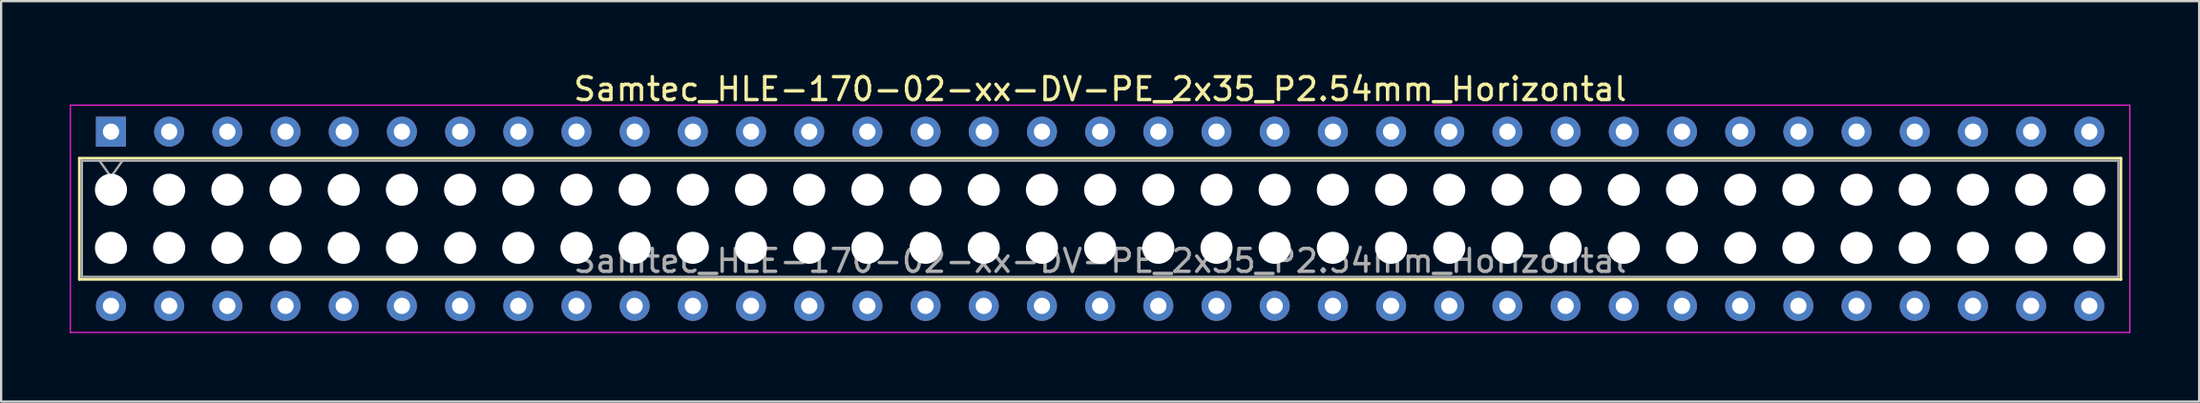
<source format=kicad_pcb>
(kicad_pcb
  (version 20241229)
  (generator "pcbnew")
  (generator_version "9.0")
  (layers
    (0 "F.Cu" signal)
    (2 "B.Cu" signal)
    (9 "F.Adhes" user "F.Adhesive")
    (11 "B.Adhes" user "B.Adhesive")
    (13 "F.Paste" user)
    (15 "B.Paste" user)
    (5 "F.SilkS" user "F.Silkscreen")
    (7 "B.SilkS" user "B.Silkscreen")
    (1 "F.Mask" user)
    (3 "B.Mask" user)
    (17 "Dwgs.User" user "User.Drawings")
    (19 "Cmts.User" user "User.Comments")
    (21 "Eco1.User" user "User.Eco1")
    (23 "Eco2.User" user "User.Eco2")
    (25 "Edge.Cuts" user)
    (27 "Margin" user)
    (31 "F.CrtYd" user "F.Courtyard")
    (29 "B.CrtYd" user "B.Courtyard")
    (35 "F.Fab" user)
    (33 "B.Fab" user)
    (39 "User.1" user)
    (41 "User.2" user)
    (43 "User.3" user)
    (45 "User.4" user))
  (footprint "Samtec_HLE-170-02-xx-DV-PE_2x35_P2.54mm_Horizontal"
    (layer "F.Cu")
    (at 1.795 2.708)
    (property "Reference" "Samtec_HLE-170-02-xx-DV-PE_2x35_P2.54mm_Horizontal" (at 43.18 -1.86 0) (layer "F.SilkS") (effects (font (size 1 1) (thickness 0.15))))
    (attr through_hole)
    (fp_line (start -1.38 1.16) (end 87.74 1.16) (stroke (width 0.12) (type solid)) (layer "F.SilkS"))
    (fp_line (start -1.38 6.46) (end -1.38 1.16) (stroke (width 0.12) (type solid)) (layer "F.SilkS"))
    (fp_line (start 87.74 1.16) (end 87.74 6.46) (stroke (width 0.12) (type solid)) (layer "F.SilkS"))
    (fp_line (start 87.74 6.46) (end -1.38 6.46) (stroke (width 0.12) (type solid)) (layer "F.SilkS"))
    (fp_line (start -1.77 -1.16) (end 88.13 -1.16) (stroke (width 0.05) (type solid)) (layer "F.CrtYd"))
    (fp_line (start -1.77 8.78) (end -1.77 -1.16) (stroke (width 0.05) (type solid)) (layer "F.CrtYd"))
    (fp_line (start 88.13 -1.16) (end 88.13 8.78) (stroke (width 0.05) (type solid)) (layer "F.CrtYd"))
    (fp_line (start 88.13 8.78) (end -1.77 8.78) (stroke (width 0.05) (type solid)) (layer "F.CrtYd"))
    (fp_line (start -1.27 1.27) (end 87.63 1.27) (stroke (width 0.1) (type solid)) (layer "F.Fab"))
    (fp_line (start -1.27 6.35) (end -1.27 1.27) (stroke (width 0.1) (type solid)) (layer "F.Fab"))
    (fp_line (start -0.5 1.27) (end 0 1.977) (stroke (width 0.1) (type solid)) (layer "F.Fab"))
    (fp_line (start 0 1.977) (end 0.5 1.27) (stroke (width 0.1) (type solid)) (layer "F.Fab"))
    (fp_line (start 87.63 1.27) (end 87.63 6.35) (stroke (width 0.1) (type solid)) (layer "F.Fab"))
    (fp_line (start 87.63 6.35) (end -1.27 6.35) (stroke (width 0.1) (type solid)) (layer "F.Fab"))
    (fp_text user "${REFERENCE}" (at 43.18 5.65 0) (layer "F.Fab") (effects (font (size 1 1) (thickness 0.15))))
    (pad "" np_thru_hole circle (at 0 2.54) (size 1.4 1.4) (drill 1.4) (layers "*.Cu" "*.Mask"))
    (pad "" np_thru_hole circle (at 0 5.08) (size 1.4 1.4) (drill 1.4) (layers "*.Cu" "*.Mask"))
    (pad "" np_thru_hole circle (at 2.54 2.54) (size 1.4 1.4) (drill 1.4) (layers "*.Cu" "*.Mask"))
    (pad "" np_thru_hole circle (at 2.54 5.08) (size 1.4 1.4) (drill 1.4) (layers "*.Cu" "*.Mask"))
    (pad "" np_thru_hole circle (at 5.08 2.54) (size 1.4 1.4) (drill 1.4) (layers "*.Cu" "*.Mask"))
    (pad "" np_thru_hole circle (at 5.08 5.08) (size 1.4 1.4) (drill 1.4) (layers "*.Cu" "*.Mask"))
    (pad "" np_thru_hole circle (at 7.62 2.54) (size 1.4 1.4) (drill 1.4) (layers "*.Cu" "*.Mask"))
    (pad "" np_thru_hole circle (at 7.62 5.08) (size 1.4 1.4) (drill 1.4) (layers "*.Cu" "*.Mask"))
    (pad "" np_thru_hole circle (at 10.16 2.54) (size 1.4 1.4) (drill 1.4) (layers "*.Cu" "*.Mask"))
    (pad "" np_thru_hole circle (at 10.16 5.08) (size 1.4 1.4) (drill 1.4) (layers "*.Cu" "*.Mask"))
    (pad "" np_thru_hole circle (at 12.7 2.54) (size 1.4 1.4) (drill 1.4) (layers "*.Cu" "*.Mask"))
    (pad "" np_thru_hole circle (at 12.7 5.08) (size 1.4 1.4) (drill 1.4) (layers "*.Cu" "*.Mask"))
    (pad "" np_thru_hole circle (at 15.24 2.54) (size 1.4 1.4) (drill 1.4) (layers "*.Cu" "*.Mask"))
    (pad "" np_thru_hole circle (at 15.24 5.08) (size 1.4 1.4) (drill 1.4) (layers "*.Cu" "*.Mask"))
    (pad "" np_thru_hole circle (at 17.78 2.54) (size 1.4 1.4) (drill 1.4) (layers "*.Cu" "*.Mask"))
    (pad "" np_thru_hole circle (at 17.78 5.08) (size 1.4 1.4) (drill 1.4) (layers "*.Cu" "*.Mask"))
    (pad "" np_thru_hole circle (at 20.32 2.54) (size 1.4 1.4) (drill 1.4) (layers "*.Cu" "*.Mask"))
    (pad "" np_thru_hole circle (at 20.32 5.08) (size 1.4 1.4) (drill 1.4) (layers "*.Cu" "*.Mask"))
    (pad "" np_thru_hole circle (at 22.86 2.54) (size 1.4 1.4) (drill 1.4) (layers "*.Cu" "*.Mask"))
    (pad "" np_thru_hole circle (at 22.86 5.08) (size 1.4 1.4) (drill 1.4) (layers "*.Cu" "*.Mask"))
    (pad "" np_thru_hole circle (at 25.4 2.54) (size 1.4 1.4) (drill 1.4) (layers "*.Cu" "*.Mask"))
    (pad "" np_thru_hole circle (at 25.4 5.08) (size 1.4 1.4) (drill 1.4) (layers "*.Cu" "*.Mask"))
    (pad "" np_thru_hole circle (at 27.94 2.54) (size 1.4 1.4) (drill 1.4) (layers "*.Cu" "*.Mask"))
    (pad "" np_thru_hole circle (at 27.94 5.08) (size 1.4 1.4) (drill 1.4) (layers "*.Cu" "*.Mask"))
    (pad "" np_thru_hole circle (at 30.48 2.54) (size 1.4 1.4) (drill 1.4) (layers "*.Cu" "*.Mask"))
    (pad "" np_thru_hole circle (at 30.48 5.08) (size 1.4 1.4) (drill 1.4) (layers "*.Cu" "*.Mask"))
    (pad "" np_thru_hole circle (at 33.02 2.54) (size 1.4 1.4) (drill 1.4) (layers "*.Cu" "*.Mask"))
    (pad "" np_thru_hole circle (at 33.02 5.08) (size 1.4 1.4) (drill 1.4) (layers "*.Cu" "*.Mask"))
    (pad "" np_thru_hole circle (at 35.56 2.54) (size 1.4 1.4) (drill 1.4) (layers "*.Cu" "*.Mask"))
    (pad "" np_thru_hole circle (at 35.56 5.08) (size 1.4 1.4) (drill 1.4) (layers "*.Cu" "*.Mask"))
    (pad "" np_thru_hole circle (at 38.1 2.54) (size 1.4 1.4) (drill 1.4) (layers "*.Cu" "*.Mask"))
    (pad "" np_thru_hole circle (at 38.1 5.08) (size 1.4 1.4) (drill 1.4) (layers "*.Cu" "*.Mask"))
    (pad "" np_thru_hole circle (at 40.64 2.54) (size 1.4 1.4) (drill 1.4) (layers "*.Cu" "*.Mask"))
    (pad "" np_thru_hole circle (at 40.64 5.08) (size 1.4 1.4) (drill 1.4) (layers "*.Cu" "*.Mask"))
    (pad "" np_thru_hole circle (at 43.18 2.54) (size 1.4 1.4) (drill 1.4) (layers "*.Cu" "*.Mask"))
    (pad "" np_thru_hole circle (at 43.18 5.08) (size 1.4 1.4) (drill 1.4) (layers "*.Cu" "*.Mask"))
    (pad "" np_thru_hole circle (at 45.72 2.54) (size 1.4 1.4) (drill 1.4) (layers "*.Cu" "*.Mask"))
    (pad "" np_thru_hole circle (at 45.72 5.08) (size 1.4 1.4) (drill 1.4) (layers "*.Cu" "*.Mask"))
    (pad "" np_thru_hole circle (at 48.26 2.54) (size 1.4 1.4) (drill 1.4) (layers "*.Cu" "*.Mask"))
    (pad "" np_thru_hole circle (at 48.26 5.08) (size 1.4 1.4) (drill 1.4) (layers "*.Cu" "*.Mask"))
    (pad "" np_thru_hole circle (at 50.8 2.54) (size 1.4 1.4) (drill 1.4) (layers "*.Cu" "*.Mask"))
    (pad "" np_thru_hole circle (at 50.8 5.08) (size 1.4 1.4) (drill 1.4) (layers "*.Cu" "*.Mask"))
    (pad "" np_thru_hole circle (at 53.34 2.54) (size 1.4 1.4) (drill 1.4) (layers "*.Cu" "*.Mask"))
    (pad "" np_thru_hole circle (at 53.34 5.08) (size 1.4 1.4) (drill 1.4) (layers "*.Cu" "*.Mask"))
    (pad "" np_thru_hole circle (at 55.88 2.54) (size 1.4 1.4) (drill 1.4) (layers "*.Cu" "*.Mask"))
    (pad "" np_thru_hole circle (at 55.88 5.08) (size 1.4 1.4) (drill 1.4) (layers "*.Cu" "*.Mask"))
    (pad "" np_thru_hole circle (at 58.42 2.54) (size 1.4 1.4) (drill 1.4) (layers "*.Cu" "*.Mask"))
    (pad "" np_thru_hole circle (at 58.42 5.08) (size 1.4 1.4) (drill 1.4) (layers "*.Cu" "*.Mask"))
    (pad "" np_thru_hole circle (at 60.96 2.54) (size 1.4 1.4) (drill 1.4) (layers "*.Cu" "*.Mask"))
    (pad "" np_thru_hole circle (at 60.96 5.08) (size 1.4 1.4) (drill 1.4) (layers "*.Cu" "*.Mask"))
    (pad "" np_thru_hole circle (at 63.5 2.54) (size 1.4 1.4) (drill 1.4) (layers "*.Cu" "*.Mask"))
    (pad "" np_thru_hole circle (at 63.5 5.08) (size 1.4 1.4) (drill 1.4) (layers "*.Cu" "*.Mask"))
    (pad "" np_thru_hole circle (at 66.04 2.54) (size 1.4 1.4) (drill 1.4) (layers "*.Cu" "*.Mask"))
    (pad "" np_thru_hole circle (at 66.04 5.08) (size 1.4 1.4) (drill 1.4) (layers "*.Cu" "*.Mask"))
    (pad "" np_thru_hole circle (at 68.58 2.54) (size 1.4 1.4) (drill 1.4) (layers "*.Cu" "*.Mask"))
    (pad "" np_thru_hole circle (at 68.58 5.08) (size 1.4 1.4) (drill 1.4) (layers "*.Cu" "*.Mask"))
    (pad "" np_thru_hole circle (at 71.12 2.54) (size 1.4 1.4) (drill 1.4) (layers "*.Cu" "*.Mask"))
    (pad "" np_thru_hole circle (at 71.12 5.08) (size 1.4 1.4) (drill 1.4) (layers "*.Cu" "*.Mask"))
    (pad "" np_thru_hole circle (at 73.66 2.54) (size 1.4 1.4) (drill 1.4) (layers "*.Cu" "*.Mask"))
    (pad "" np_thru_hole circle (at 73.66 5.08) (size 1.4 1.4) (drill 1.4) (layers "*.Cu" "*.Mask"))
    (pad "" np_thru_hole circle (at 76.2 2.54) (size 1.4 1.4) (drill 1.4) (layers "*.Cu" "*.Mask"))
    (pad "" np_thru_hole circle (at 76.2 5.08) (size 1.4 1.4) (drill 1.4) (layers "*.Cu" "*.Mask"))
    (pad "" np_thru_hole circle (at 78.74 2.54) (size 1.4 1.4) (drill 1.4) (layers "*.Cu" "*.Mask"))
    (pad "" np_thru_hole circle (at 78.74 5.08) (size 1.4 1.4) (drill 1.4) (layers "*.Cu" "*.Mask"))
    (pad "" np_thru_hole circle (at 81.28 2.54) (size 1.4 1.4) (drill 1.4) (layers "*.Cu" "*.Mask"))
    (pad "" np_thru_hole circle (at 81.28 5.08) (size 1.4 1.4) (drill 1.4) (layers "*.Cu" "*.Mask"))
    (pad "" np_thru_hole circle (at 83.82 2.54) (size 1.4 1.4) (drill 1.4) (layers "*.Cu" "*.Mask"))
    (pad "" np_thru_hole circle (at 83.82 5.08) (size 1.4 1.4) (drill 1.4) (layers "*.Cu" "*.Mask"))
    (pad "" np_thru_hole circle (at 86.36 2.54) (size 1.4 1.4) (drill 1.4) (layers "*.Cu" "*.Mask"))
    (pad "" np_thru_hole circle (at 86.36 5.08) (size 1.4 1.4) (drill 1.4) (layers "*.Cu" "*.Mask"))
    (pad "1" thru_hole rect (at 0 0) (size 1.31 1.31) (drill 0.71) (layers "*.Cu" "*.Mask"))
    (pad "2" thru_hole circle (at 0 7.62) (size 1.31 1.31) (drill 0.71) (layers "*.Cu" "*.Mask"))
    (pad "3" thru_hole circle (at 2.54 0) (size 1.31 1.31) (drill 0.71) (layers "*.Cu" "*.Mask"))
    (pad "4" thru_hole circle (at 2.54 7.62) (size 1.31 1.31) (drill 0.71) (layers "*.Cu" "*.Mask"))
    (pad "5" thru_hole circle (at 5.08 0) (size 1.31 1.31) (drill 0.71) (layers "*.Cu" "*.Mask"))
    (pad "6" thru_hole circle (at 5.08 7.62) (size 1.31 1.31) (drill 0.71) (layers "*.Cu" "*.Mask"))
    (pad "7" thru_hole circle (at 7.62 0) (size 1.31 1.31) (drill 0.71) (layers "*.Cu" "*.Mask"))
    (pad "8" thru_hole circle (at 7.62 7.62) (size 1.31 1.31) (drill 0.71) (layers "*.Cu" "*.Mask"))
    (pad "9" thru_hole circle (at 10.16 0) (size 1.31 1.31) (drill 0.71) (layers "*.Cu" "*.Mask"))
    (pad "10" thru_hole circle (at 10.16 7.62) (size 1.31 1.31) (drill 0.71) (layers "*.Cu" "*.Mask"))
    (pad "11" thru_hole circle (at 12.7 0) (size 1.31 1.31) (drill 0.71) (layers "*.Cu" "*.Mask"))
    (pad "12" thru_hole circle (at 12.7 7.62) (size 1.31 1.31) (drill 0.71) (layers "*.Cu" "*.Mask"))
    (pad "13" thru_hole circle (at 15.24 0) (size 1.31 1.31) (drill 0.71) (layers "*.Cu" "*.Mask"))
    (pad "14" thru_hole circle (at 15.24 7.62) (size 1.31 1.31) (drill 0.71) (layers "*.Cu" "*.Mask"))
    (pad "15" thru_hole circle (at 17.78 0) (size 1.31 1.31) (drill 0.71) (layers "*.Cu" "*.Mask"))
    (pad "16" thru_hole circle (at 17.78 7.62) (size 1.31 1.31) (drill 0.71) (layers "*.Cu" "*.Mask"))
    (pad "17" thru_hole circle (at 20.32 0) (size 1.31 1.31) (drill 0.71) (layers "*.Cu" "*.Mask"))
    (pad "18" thru_hole circle (at 20.32 7.62) (size 1.31 1.31) (drill 0.71) (layers "*.Cu" "*.Mask"))
    (pad "19" thru_hole circle (at 22.86 0) (size 1.31 1.31) (drill 0.71) (layers "*.Cu" "*.Mask"))
    (pad "20" thru_hole circle (at 22.86 7.62) (size 1.31 1.31) (drill 0.71) (layers "*.Cu" "*.Mask"))
    (pad "21" thru_hole circle (at 25.4 0) (size 1.31 1.31) (drill 0.71) (layers "*.Cu" "*.Mask"))
    (pad "22" thru_hole circle (at 25.4 7.62) (size 1.31 1.31) (drill 0.71) (layers "*.Cu" "*.Mask"))
    (pad "23" thru_hole circle (at 27.94 0) (size 1.31 1.31) (drill 0.71) (layers "*.Cu" "*.Mask"))
    (pad "24" thru_hole circle (at 27.94 7.62) (size 1.31 1.31) (drill 0.71) (layers "*.Cu" "*.Mask"))
    (pad "25" thru_hole circle (at 30.48 0) (size 1.31 1.31) (drill 0.71) (layers "*.Cu" "*.Mask"))
    (pad "26" thru_hole circle (at 30.48 7.62) (size 1.31 1.31) (drill 0.71) (layers "*.Cu" "*.Mask"))
    (pad "27" thru_hole circle (at 33.02 0) (size 1.31 1.31) (drill 0.71) (layers "*.Cu" "*.Mask"))
    (pad "28" thru_hole circle (at 33.02 7.62) (size 1.31 1.31) (drill 0.71) (layers "*.Cu" "*.Mask"))
    (pad "29" thru_hole circle (at 35.56 0) (size 1.31 1.31) (drill 0.71) (layers "*.Cu" "*.Mask"))
    (pad "30" thru_hole circle (at 35.56 7.62) (size 1.31 1.31) (drill 0.71) (layers "*.Cu" "*.Mask"))
    (pad "31" thru_hole circle (at 38.1 0) (size 1.31 1.31) (drill 0.71) (layers "*.Cu" "*.Mask"))
    (pad "32" thru_hole circle (at 38.1 7.62) (size 1.31 1.31) (drill 0.71) (layers "*.Cu" "*.Mask"))
    (pad "33" thru_hole circle (at 40.64 0) (size 1.31 1.31) (drill 0.71) (layers "*.Cu" "*.Mask"))
    (pad "34" thru_hole circle (at 40.64 7.62) (size 1.31 1.31) (drill 0.71) (layers "*.Cu" "*.Mask"))
    (pad "35" thru_hole circle (at 43.18 0) (size 1.31 1.31) (drill 0.71) (layers "*.Cu" "*.Mask"))
    (pad "36" thru_hole circle (at 43.18 7.62) (size 1.31 1.31) (drill 0.71) (layers "*.Cu" "*.Mask"))
    (pad "37" thru_hole circle (at 45.72 0) (size 1.31 1.31) (drill 0.71) (layers "*.Cu" "*.Mask"))
    (pad "38" thru_hole circle (at 45.72 7.62) (size 1.31 1.31) (drill 0.71) (layers "*.Cu" "*.Mask"))
    (pad "39" thru_hole circle (at 48.26 0) (size 1.31 1.31) (drill 0.71) (layers "*.Cu" "*.Mask"))
    (pad "40" thru_hole circle (at 48.26 7.62) (size 1.31 1.31) (drill 0.71) (layers "*.Cu" "*.Mask"))
    (pad "41" thru_hole circle (at 50.8 0) (size 1.31 1.31) (drill 0.71) (layers "*.Cu" "*.Mask"))
    (pad "42" thru_hole circle (at 50.8 7.62) (size 1.31 1.31) (drill 0.71) (layers "*.Cu" "*.Mask"))
    (pad "43" thru_hole circle (at 53.34 0) (size 1.31 1.31) (drill 0.71) (layers "*.Cu" "*.Mask"))
    (pad "44" thru_hole circle (at 53.34 7.62) (size 1.31 1.31) (drill 0.71) (layers "*.Cu" "*.Mask"))
    (pad "45" thru_hole circle (at 55.88 0) (size 1.31 1.31) (drill 0.71) (layers "*.Cu" "*.Mask"))
    (pad "46" thru_hole circle (at 55.88 7.62) (size 1.31 1.31) (drill 0.71) (layers "*.Cu" "*.Mask"))
    (pad "47" thru_hole circle (at 58.42 0) (size 1.31 1.31) (drill 0.71) (layers "*.Cu" "*.Mask"))
    (pad "48" thru_hole circle (at 58.42 7.62) (size 1.31 1.31) (drill 0.71) (layers "*.Cu" "*.Mask"))
    (pad "49" thru_hole circle (at 60.96 0) (size 1.31 1.31) (drill 0.71) (layers "*.Cu" "*.Mask"))
    (pad "50" thru_hole circle (at 60.96 7.62) (size 1.31 1.31) (drill 0.71) (layers "*.Cu" "*.Mask"))
    (pad "51" thru_hole circle (at 63.5 0) (size 1.31 1.31) (drill 0.71) (layers "*.Cu" "*.Mask"))
    (pad "52" thru_hole circle (at 63.5 7.62) (size 1.31 1.31) (drill 0.71) (layers "*.Cu" "*.Mask"))
    (pad "53" thru_hole circle (at 66.04 0) (size 1.31 1.31) (drill 0.71) (layers "*.Cu" "*.Mask"))
    (pad "54" thru_hole circle (at 66.04 7.62) (size 1.31 1.31) (drill 0.71) (layers "*.Cu" "*.Mask"))
    (pad "55" thru_hole circle (at 68.58 0) (size 1.31 1.31) (drill 0.71) (layers "*.Cu" "*.Mask"))
    (pad "56" thru_hole circle (at 68.58 7.62) (size 1.31 1.31) (drill 0.71) (layers "*.Cu" "*.Mask"))
    (pad "57" thru_hole circle (at 71.12 0) (size 1.31 1.31) (drill 0.71) (layers "*.Cu" "*.Mask"))
    (pad "58" thru_hole circle (at 71.12 7.62) (size 1.31 1.31) (drill 0.71) (layers "*.Cu" "*.Mask"))
    (pad "59" thru_hole circle (at 73.66 0) (size 1.31 1.31) (drill 0.71) (layers "*.Cu" "*.Mask"))
    (pad "60" thru_hole circle (at 73.66 7.62) (size 1.31 1.31) (drill 0.71) (layers "*.Cu" "*.Mask"))
    (pad "61" thru_hole circle (at 76.2 0) (size 1.31 1.31) (drill 0.71) (layers "*.Cu" "*.Mask"))
    (pad "62" thru_hole circle (at 76.2 7.62) (size 1.31 1.31) (drill 0.71) (layers "*.Cu" "*.Mask"))
    (pad "63" thru_hole circle (at 78.74 0) (size 1.31 1.31) (drill 0.71) (layers "*.Cu" "*.Mask"))
    (pad "64" thru_hole circle (at 78.74 7.62) (size 1.31 1.31) (drill 0.71) (layers "*.Cu" "*.Mask"))
    (pad "65" thru_hole circle (at 81.28 0) (size 1.31 1.31) (drill 0.71) (layers "*.Cu" "*.Mask"))
    (pad "66" thru_hole circle (at 81.28 7.62) (size 1.31 1.31) (drill 0.71) (layers "*.Cu" "*.Mask"))
    (pad "67" thru_hole circle (at 83.82 0) (size 1.31 1.31) (drill 0.71) (layers "*.Cu" "*.Mask"))
    (pad "68" thru_hole circle (at 83.82 7.62) (size 1.31 1.31) (drill 0.71) (layers "*.Cu" "*.Mask"))
    (pad "69" thru_hole circle (at 86.36 0) (size 1.31 1.31) (drill 0.71) (layers "*.Cu" "*.Mask"))
    (pad "70" thru_hole circle (at 86.36 7.62) (size 1.31 1.31) (drill 0.71) (layers "*.Cu" "*.Mask")))
  (gr_rect
    (start -3 -3)
    (end 92.95 14.513)
    (stroke (width 0.1) (type default))
    (fill no)
    (layer "Edge.Cuts")))
</source>
